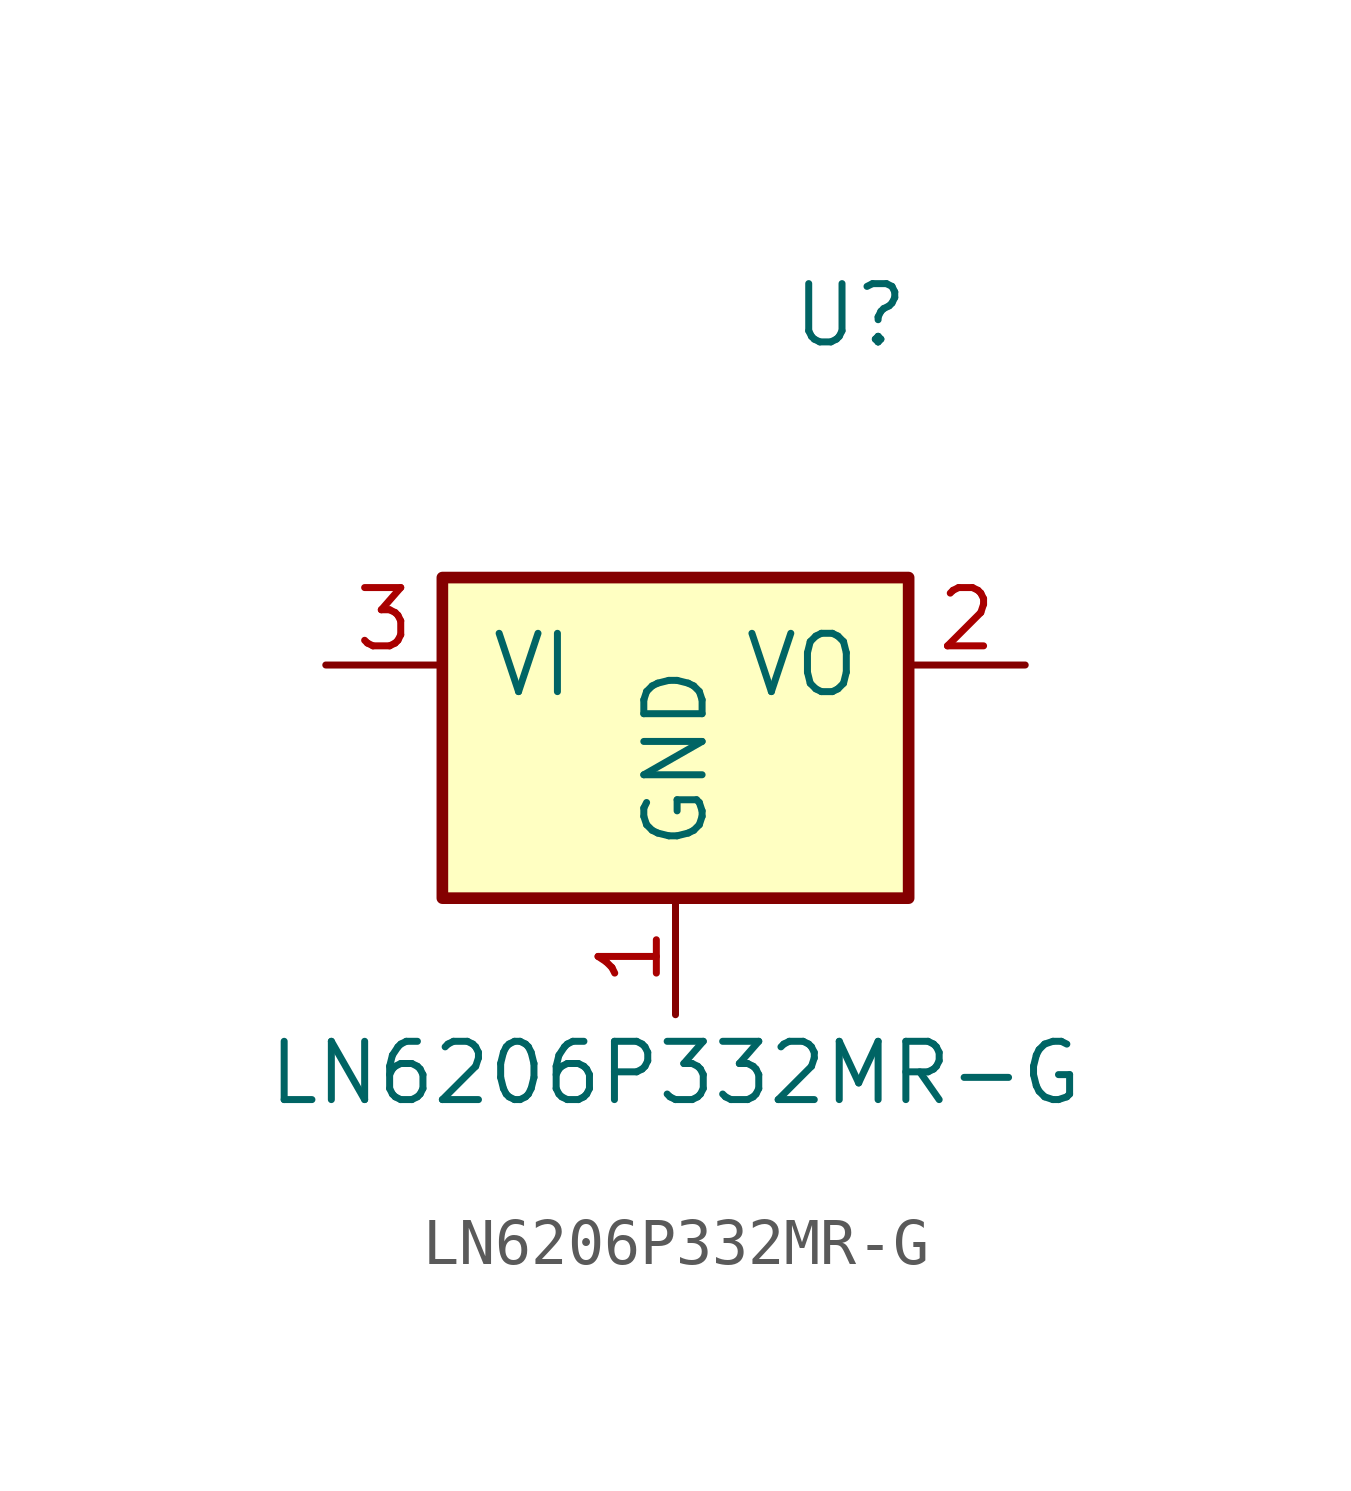
<source format=kicad_sym>
(kicad_symbol_lib
  (version 20211014)
  (generator kicad_symbol_editor)
  (symbol "LN6206P332MR-G"
    (pin_names
      (offset 1.016))
    (property "Reference" "U"
      (at 3.81 8.89 0)
      (effects (font (size 1.27 1.27))))
    (property "Value" "LN6206P332MR-G"
      (at 0 -7.62 0)
      (effects (font (size 1.27 1.27))))
    (symbol "LN6206P332MR-G_1_1"
      (rectangle (start -5.08 -3.81) (end 5.08 3.175) (stroke (width 0.254) (type default) (color 0 0 0 0)) (fill (type background)))
      (pin power_in line (at 0 -6.35 90) (length 2.54) (name "GND" (effects (font (size 1.27 1.27)))) (number "1" (effects (font (size 1.27 1.27)))))
      (pin power_out line (at 7.62 1.27 180) (length 2.54) (name "VO" (effects (font (size 1.27 1.27)))) (number "2" (effects (font (size 1.27 1.27)))))
      (pin power_in line (at -7.62 1.27 0) (length 2.54) (name "VI" (effects (font (size 1.27 1.27)))) (number "3" (effects (font (size 1.27 1.27))))))))
</source>
